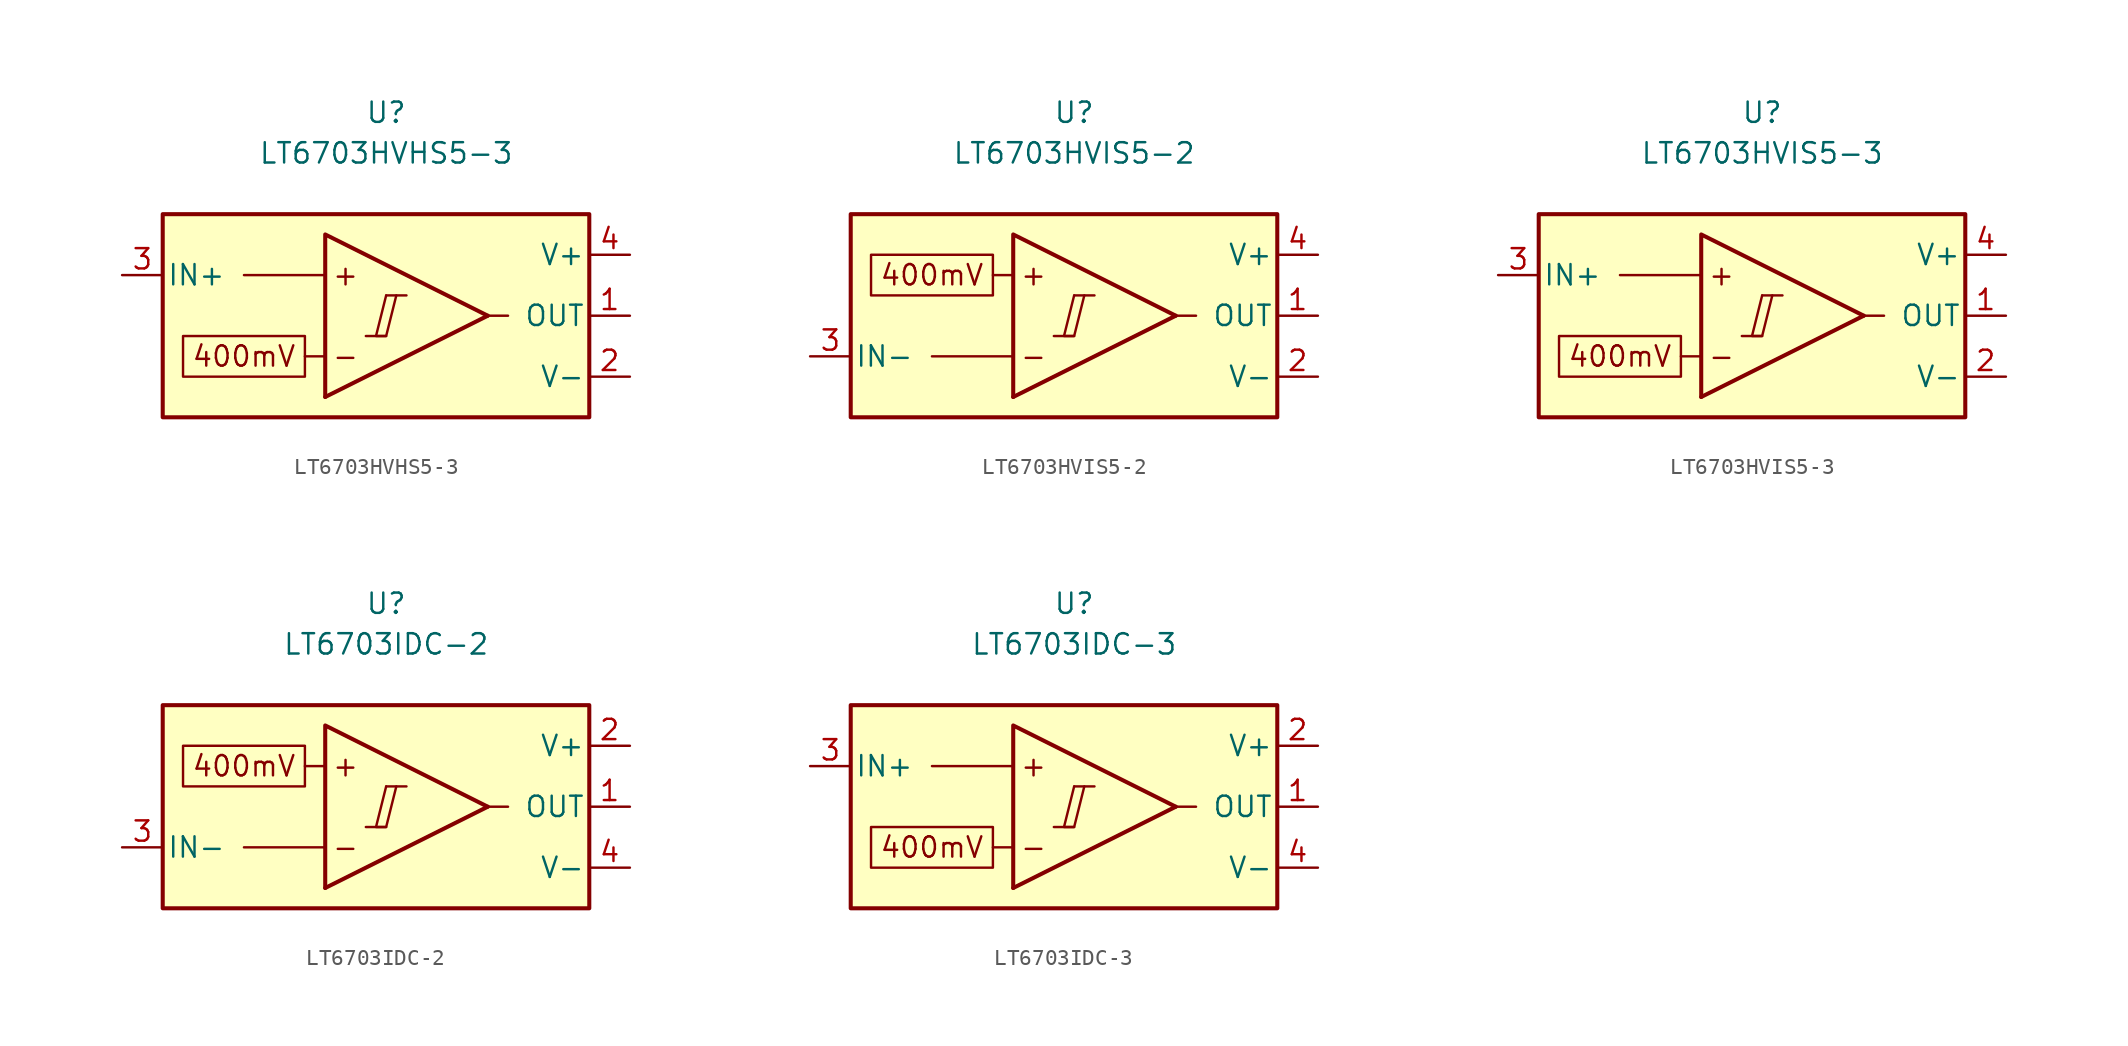
<source format=kicad_sym>
(kicad_symbol_lib
  (version 20231120)
  (generator "kicad_symbol_editor")
  (generator_version "8.0")
  (symbol "LT6703HVHS5-3"
    (pin_names
      (offset 0.254))
    (property "Reference" "U"
      (at 0 12.7 0)
      (effects (font (size 1.27 1.27))))
    (property "Value" "LT6703HVHS5-3"
      (at 0 10.16 0)
      (effects (font (size 1.27 1.27))))
    (symbol "LT6703HVHS5-3_0_0"
      (polyline (pts (xy -1.27 -1.27) (xy 0 -1.27)) (stroke (width 0.152) (type default)) (fill (type none)))
      (polyline (pts (xy 0 1.27) (xy 1.27 1.27)) (stroke (width 0.152) (type default)) (fill (type none)))
      (polyline (pts (xy 6.35 0) (xy -3.81 -5.08)) (stroke (width 0.254) (type default)) (fill (type none)))
      (polyline (pts (xy 6.35 0) (xy -3.81 5.08) (xy -3.81 -5.08)) (stroke (width 0.254) (type default)) (fill (type background)))
      (polyline (pts (xy 0 1.27) (xy -0.635 -1.27) (xy 0 -1.27) (xy 0.635 1.27)) (stroke (width 0.152) (type default)) (fill (type none)))
      (text "+" (at -2.54 2.54 0) (effects (font (size 1.27 1.27))))
      (text "-" (at -2.54 -2.54 0) (effects (font (size 1.27 1.27)))))
    (symbol "LT6703HVHS5-3_0_1"
      (polyline (pts (xy -3.81 -2.54) (xy -5.08 -2.54)) (stroke (width 0) (type default)) (fill (type none)))
      (polyline (pts (xy -3.81 2.54) (xy -8.89 2.54)) (stroke (width 0) (type default)) (fill (type none)))
      (polyline (pts (xy 6.35 0) (xy 7.62 0)) (stroke (width 0) (type default)) (fill (type none))))
    (symbol "LT6703HVHS5-3_1_0"
      (rectangle (start -13.97 6.35) (end 12.7 -6.35) (stroke (width 0.254) (type default)) (fill (type background)))
      (rectangle (start -12.7 -1.27) (end -5.08 -3.81) (stroke (width 0.152) (type default)) (fill (type none)))
      (text "400mV" (at -8.89 -2.54 0) (effects (font (size 1.27 1.27)))))
    (symbol "LT6703HVHS5-3_1_1"
      (pin output line (at 15.24 0 180) (length 2.54) (name "OUT" (effects (font (size 1.27 1.27)))) (number "1" (effects (font (size 1.27 1.27)))))
      (pin power_in line (at 15.24 -3.81 180) (length 2.54) (name "V-" (effects (font (size 1.27 1.27)))) (number "2" (effects (font (size 1.27 1.27)))))
      (pin input line (at -16.51 2.54 0) (length 2.54) (name "IN+" (effects (font (size 1.27 1.27)))) (number "3" (effects (font (size 1.27 1.27)))))
      (pin power_in line (at 15.24 3.81 180) (length 2.54) (name "V+" (effects (font (size 1.27 1.27)))) (number "4" (effects (font (size 1.27 1.27)))))
      (pin no_connect line (at -1.27 0 0) (length 2.54) hide (name "NC" (effects (font (size 1.27 1.27)))) (number "5" (effects (font (size 1.27 1.27)))))))
  (symbol "LT6703HVIS5-2"
    (pin_names
      (offset 0.254))
    (property "Reference" "U"
      (at 0 12.7 0)
      (effects (font (size 1.27 1.27))))
    (property "Value" "LT6703HVIS5-2"
      (at 0 10.16 0)
      (effects (font (size 1.27 1.27))))
    (symbol "LT6703HVIS5-2_0_0"
      (polyline (pts (xy -1.27 -1.27) (xy 0 -1.27)) (stroke (width 0.152) (type default)) (fill (type none)))
      (polyline (pts (xy 0 1.27) (xy 1.27 1.27)) (stroke (width 0.152) (type default)) (fill (type none)))
      (polyline (pts (xy 6.35 0) (xy -3.81 -5.08)) (stroke (width 0.254) (type default)) (fill (type none)))
      (polyline (pts (xy 6.35 0) (xy -3.81 5.08) (xy -3.81 -5.08)) (stroke (width 0.254) (type default)) (fill (type background)))
      (polyline (pts (xy 0 1.27) (xy -0.635 -1.27) (xy 0 -1.27) (xy 0.635 1.27)) (stroke (width 0.152) (type default)) (fill (type none)))
      (text "+" (at -2.54 2.54 0) (effects (font (size 1.27 1.27))))
      (text "-" (at -2.54 -2.54 0) (effects (font (size 1.27 1.27)))))
    (symbol "LT6703HVIS5-2_0_1"
      (polyline (pts (xy -3.81 -2.54) (xy -8.89 -2.54)) (stroke (width 0) (type default)) (fill (type none)))
      (polyline (pts (xy -3.81 2.54) (xy -5.08 2.54)) (stroke (width 0) (type default)) (fill (type none)))
      (polyline (pts (xy 6.35 0) (xy 7.62 0)) (stroke (width 0) (type default)) (fill (type none))))
    (symbol "LT6703HVIS5-2_1_0"
      (rectangle (start -13.97 6.35) (end 12.7 -6.35) (stroke (width 0.254) (type default)) (fill (type background)))
      (rectangle (start -12.7 3.81) (end -5.08 1.27) (stroke (width 0.152) (type default)) (fill (type none)))
      (text "400mV" (at -8.89 2.54 0) (effects (font (size 1.27 1.27)))))
    (symbol "LT6703HVIS5-2_1_1"
      (pin output line (at 15.24 0 180) (length 2.54) (name "OUT" (effects (font (size 1.27 1.27)))) (number "1" (effects (font (size 1.27 1.27)))))
      (pin power_in line (at 15.24 -3.81 180) (length 2.54) (name "V-" (effects (font (size 1.27 1.27)))) (number "2" (effects (font (size 1.27 1.27)))))
      (pin input line (at -16.51 -2.54 0) (length 2.54) (name "IN-" (effects (font (size 1.27 1.27)))) (number "3" (effects (font (size 1.27 1.27)))))
      (pin power_in line (at 15.24 3.81 180) (length 2.54) (name "V+" (effects (font (size 1.27 1.27)))) (number "4" (effects (font (size 1.27 1.27)))))
      (pin no_connect line (at -1.27 0 0) (length 2.54) hide (name "NC" (effects (font (size 1.27 1.27)))) (number "5" (effects (font (size 1.27 1.27)))))))
  (symbol "LT6703HVIS5-3"
    (pin_names
      (offset 0.254))
    (property "Reference" "U"
      (at 0 12.7 0)
      (effects (font (size 1.27 1.27))))
    (property "Value" "LT6703HVIS5-3"
      (at 0 10.16 0)
      (effects (font (size 1.27 1.27))))
    (symbol "LT6703HVIS5-3_0_0"
      (polyline (pts (xy -1.27 -1.27) (xy 0 -1.27)) (stroke (width 0.152) (type default)) (fill (type none)))
      (polyline (pts (xy 0 1.27) (xy 1.27 1.27)) (stroke (width 0.152) (type default)) (fill (type none)))
      (polyline (pts (xy 6.35 0) (xy -3.81 -5.08)) (stroke (width 0.254) (type default)) (fill (type none)))
      (polyline (pts (xy 6.35 0) (xy -3.81 5.08) (xy -3.81 -5.08)) (stroke (width 0.254) (type default)) (fill (type background)))
      (polyline (pts (xy 0 1.27) (xy -0.635 -1.27) (xy 0 -1.27) (xy 0.635 1.27)) (stroke (width 0.152) (type default)) (fill (type none)))
      (text "+" (at -2.54 2.54 0) (effects (font (size 1.27 1.27))))
      (text "-" (at -2.54 -2.54 0) (effects (font (size 1.27 1.27)))))
    (symbol "LT6703HVIS5-3_0_1"
      (polyline (pts (xy -3.81 -2.54) (xy -5.08 -2.54)) (stroke (width 0) (type default)) (fill (type none)))
      (polyline (pts (xy -3.81 2.54) (xy -8.89 2.54)) (stroke (width 0) (type default)) (fill (type none)))
      (polyline (pts (xy 6.35 0) (xy 7.62 0)) (stroke (width 0) (type default)) (fill (type none))))
    (symbol "LT6703HVIS5-3_1_0"
      (rectangle (start -13.97 6.35) (end 12.7 -6.35) (stroke (width 0.254) (type default)) (fill (type background)))
      (rectangle (start -12.7 -1.27) (end -5.08 -3.81) (stroke (width 0.152) (type default)) (fill (type none)))
      (text "400mV" (at -8.89 -2.54 0) (effects (font (size 1.27 1.27)))))
    (symbol "LT6703HVIS5-3_1_1"
      (pin output line (at 15.24 0 180) (length 2.54) (name "OUT" (effects (font (size 1.27 1.27)))) (number "1" (effects (font (size 1.27 1.27)))))
      (pin power_in line (at 15.24 -3.81 180) (length 2.54) (name "V-" (effects (font (size 1.27 1.27)))) (number "2" (effects (font (size 1.27 1.27)))))
      (pin input line (at -16.51 2.54 0) (length 2.54) (name "IN+" (effects (font (size 1.27 1.27)))) (number "3" (effects (font (size 1.27 1.27)))))
      (pin power_in line (at 15.24 3.81 180) (length 2.54) (name "V+" (effects (font (size 1.27 1.27)))) (number "4" (effects (font (size 1.27 1.27)))))
      (pin no_connect line (at -1.27 0 0) (length 2.54) hide (name "NC" (effects (font (size 1.27 1.27)))) (number "5" (effects (font (size 1.27 1.27)))))))
  (symbol "LT6703IDC-2"
    (pin_names
      (offset 0.254))
    (property "Reference" "U"
      (at 0 12.7 0)
      (effects (font (size 1.27 1.27))))
    (property "Value" "LT6703IDC-2"
      (at 0 10.16 0)
      (effects (font (size 1.27 1.27))))
    (symbol "LT6703IDC-2_0_0"
      (polyline (pts (xy -1.27 -1.27) (xy 0 -1.27)) (stroke (width 0.152) (type default)) (fill (type none)))
      (polyline (pts (xy 0 1.27) (xy 1.27 1.27)) (stroke (width 0.152) (type default)) (fill (type none)))
      (polyline (pts (xy 6.35 0) (xy -3.81 -5.08)) (stroke (width 0.254) (type default)) (fill (type none)))
      (polyline (pts (xy 6.35 0) (xy -3.81 5.08) (xy -3.81 -5.08)) (stroke (width 0.254) (type default)) (fill (type background)))
      (polyline (pts (xy 0 1.27) (xy -0.635 -1.27) (xy 0 -1.27) (xy 0.635 1.27)) (stroke (width 0.152) (type default)) (fill (type none)))
      (text "+" (at -2.54 2.54 0) (effects (font (size 1.27 1.27))))
      (text "-" (at -2.54 -2.54 0) (effects (font (size 1.27 1.27)))))
    (symbol "LT6703IDC-2_0_1"
      (polyline (pts (xy -3.81 -2.54) (xy -8.89 -2.54)) (stroke (width 0) (type default)) (fill (type none)))
      (polyline (pts (xy -3.81 2.54) (xy -5.08 2.54)) (stroke (width 0) (type default)) (fill (type none)))
      (polyline (pts (xy 6.35 0) (xy 7.62 0)) (stroke (width 0) (type default)) (fill (type none))))
    (symbol "LT6703IDC-2_1_0"
      (rectangle (start -13.97 6.35) (end 12.7 -6.35) (stroke (width 0.254) (type default)) (fill (type background)))
      (rectangle (start -12.7 3.81) (end -5.08 1.27) (stroke (width 0.152) (type default)) (fill (type none)))
      (text "400mV" (at -8.89 2.54 0) (effects (font (size 1.27 1.27)))))
    (symbol "LT6703IDC-2_1_1"
      (pin output line (at 15.24 0 180) (length 2.54) (name "OUT" (effects (font (size 1.27 1.27)))) (number "1" (effects (font (size 1.27 1.27)))))
      (pin power_in line (at 15.24 3.81 180) (length 2.54) (name "V+" (effects (font (size 1.27 1.27)))) (number "2" (effects (font (size 1.27 1.27)))))
      (pin input line (at -16.51 -2.54 0) (length 2.54) (name "IN-" (effects (font (size 1.27 1.27)))) (number "3" (effects (font (size 1.27 1.27)))))
      (pin power_in line (at 15.24 -3.81 180) (length 2.54) (name "V-" (effects (font (size 1.27 1.27)))) (number "4" (effects (font (size 1.27 1.27)))))))
  (symbol "LT6703IDC-3"
    (pin_names
      (offset 0.254))
    (property "Reference" "U"
      (at 0 12.7 0)
      (effects (font (size 1.27 1.27))))
    (property "Value" "LT6703IDC-3"
      (at 0 10.16 0)
      (effects (font (size 1.27 1.27))))
    (symbol "LT6703IDC-3_0_0"
      (polyline (pts (xy -1.27 -1.27) (xy 0 -1.27)) (stroke (width 0.152) (type default)) (fill (type none)))
      (polyline (pts (xy 0 1.27) (xy 1.27 1.27)) (stroke (width 0.152) (type default)) (fill (type none)))
      (polyline (pts (xy 6.35 0) (xy -3.81 -5.08)) (stroke (width 0.254) (type default)) (fill (type none)))
      (polyline (pts (xy 6.35 0) (xy -3.81 5.08) (xy -3.81 -5.08)) (stroke (width 0.254) (type default)) (fill (type background)))
      (polyline (pts (xy 0 1.27) (xy -0.635 -1.27) (xy 0 -1.27) (xy 0.635 1.27)) (stroke (width 0.152) (type default)) (fill (type none)))
      (text "+" (at -2.54 2.54 0) (effects (font (size 1.27 1.27))))
      (text "-" (at -2.54 -2.54 0) (effects (font (size 1.27 1.27)))))
    (symbol "LT6703IDC-3_0_1"
      (polyline (pts (xy -3.81 -2.54) (xy -5.08 -2.54)) (stroke (width 0) (type default)) (fill (type none)))
      (polyline (pts (xy -3.81 2.54) (xy -8.89 2.54)) (stroke (width 0) (type default)) (fill (type none)))
      (polyline (pts (xy 6.35 0) (xy 7.62 0)) (stroke (width 0) (type default)) (fill (type none))))
    (symbol "LT6703IDC-3_1_0"
      (rectangle (start -13.97 6.35) (end 12.7 -6.35) (stroke (width 0.254) (type default)) (fill (type background)))
      (rectangle (start -12.7 -1.27) (end -5.08 -3.81) (stroke (width 0.152) (type default)) (fill (type none)))
      (text "400mV" (at -8.89 -2.54 0) (effects (font (size 1.27 1.27)))))
    (symbol "LT6703IDC-3_1_1"
      (pin output line (at 15.24 0 180) (length 2.54) (name "OUT" (effects (font (size 1.27 1.27)))) (number "1" (effects (font (size 1.27 1.27)))))
      (pin power_in line (at 15.24 3.81 180) (length 2.54) (name "V+" (effects (font (size 1.27 1.27)))) (number "2" (effects (font (size 1.27 1.27)))))
      (pin input line (at -16.51 2.54 0) (length 2.54) (name "IN+" (effects (font (size 1.27 1.27)))) (number "3" (effects (font (size 1.27 1.27)))))
      (pin power_in line (at 15.24 -3.81 180) (length 2.54) (name "V-" (effects (font (size 1.27 1.27)))) (number "4" (effects (font (size 1.27 1.27))))))))
</source>
